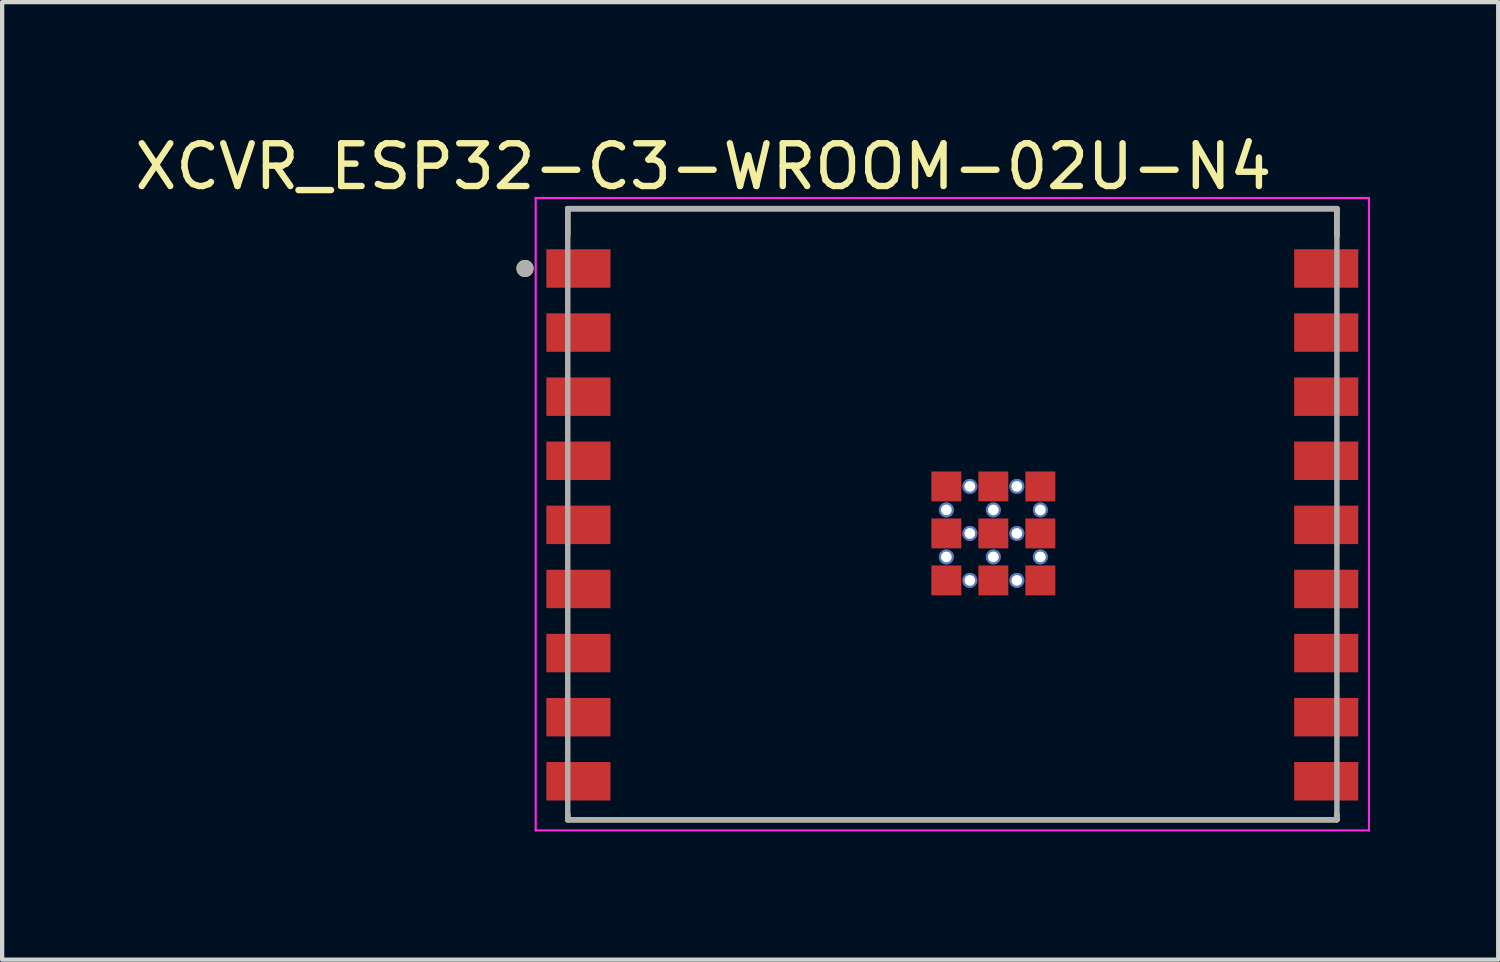
<source format=kicad_pcb>
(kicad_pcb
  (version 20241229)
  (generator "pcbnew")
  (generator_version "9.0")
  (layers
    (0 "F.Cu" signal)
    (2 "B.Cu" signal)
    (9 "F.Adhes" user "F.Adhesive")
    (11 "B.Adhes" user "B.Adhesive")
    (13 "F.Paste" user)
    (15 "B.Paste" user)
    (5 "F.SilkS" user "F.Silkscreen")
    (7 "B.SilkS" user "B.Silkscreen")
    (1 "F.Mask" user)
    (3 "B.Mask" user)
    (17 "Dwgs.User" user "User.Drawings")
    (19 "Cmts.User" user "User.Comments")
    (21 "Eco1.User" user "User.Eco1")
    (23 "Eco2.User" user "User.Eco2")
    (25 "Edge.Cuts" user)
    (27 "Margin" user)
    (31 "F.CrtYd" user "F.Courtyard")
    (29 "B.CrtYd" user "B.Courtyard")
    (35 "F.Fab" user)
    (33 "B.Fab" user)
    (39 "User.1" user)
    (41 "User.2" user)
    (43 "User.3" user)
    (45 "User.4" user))
  (footprint "XCVR_ESP32-C3-WROOM-02U-N4"
    (layer "F.Cu")
    (at 19.236 8.983)
    (property "Reference" "XCVR_ESP32-C3-WROOM-02U-N4" (at -5.825 -8.135 0) (layer "F.SilkS") (effects (font (size 1 1) (thickness 0.15))))
    (attr smd)
    (fp_line (start -9 -7.15) (end -9 -6.52) (stroke (width 0.127) (type solid)) (layer "F.SilkS"))
    (fp_line (start -9 7.15) (end -9 7.02) (stroke (width 0.127) (type solid)) (layer "F.SilkS"))
    (fp_line (start -9 7.15) (end 9 7.15) (stroke (width 0.127) (type solid)) (layer "F.SilkS"))
    (fp_line (start 9 -7.15) (end -9 -7.15) (stroke (width 0.127) (type solid)) (layer "F.SilkS"))
    (fp_line (start 9 -6.52) (end 9 -7.15) (stroke (width 0.127) (type solid)) (layer "F.SilkS"))
    (fp_line (start 9 7.15) (end 9 7.02) (stroke (width 0.127) (type solid)) (layer "F.SilkS"))
    (fp_circle (center -10 -5.75) (end -9.9 -5.75) (stroke (width 0.2) (type solid)) (fill no) (layer "F.SilkS"))
    (fp_line (start -9.75 -7.4) (end -9.75 7.4) (stroke (width 0.05) (type solid)) (layer "F.CrtYd"))
    (fp_line (start -9.75 7.4) (end 9.75 7.4) (stroke (width 0.05) (type solid)) (layer "F.CrtYd"))
    (fp_line (start 9.75 -7.4) (end -9.75 -7.4) (stroke (width 0.05) (type solid)) (layer "F.CrtYd"))
    (fp_line (start 9.75 7.4) (end 9.75 -7.4) (stroke (width 0.05) (type solid)) (layer "F.CrtYd"))
    (fp_line (start -9 -7.15) (end -9 7.15) (stroke (width 0.127) (type solid)) (layer "F.Fab"))
    (fp_line (start -9 7.15) (end 9 7.15) (stroke (width 0.127) (type solid)) (layer "F.Fab"))
    (fp_line (start 9 -7.15) (end -9 -7.15) (stroke (width 0.127) (type solid)) (layer "F.Fab"))
    (fp_line (start 9 7.15) (end 9 -7.15) (stroke (width 0.127) (type solid)) (layer "F.Fab"))
    (fp_circle (center -10 -5.75) (end -9.9 -5.75) (stroke (width 0.2) (type solid)) (fill no) (layer "F.Fab"))
    (pad "1" smd rect (at -8.75 -5.75) (size 1.5 0.9) (layers "F.Cu" "F.Mask" "F.Paste"))
    (pad "2" smd rect (at -8.75 -4.25) (size 1.5 0.9) (layers "F.Cu" "F.Mask" "F.Paste"))
    (pad "3" smd rect (at -8.75 -2.75) (size 1.5 0.9) (layers "F.Cu" "F.Mask" "F.Paste"))
    (pad "4" smd rect (at -8.75 -1.25) (size 1.5 0.9) (layers "F.Cu" "F.Mask" "F.Paste"))
    (pad "5" smd rect (at -8.75 0.25) (size 1.5 0.9) (layers "F.Cu" "F.Mask" "F.Paste"))
    (pad "6" smd rect (at -8.75 1.75) (size 1.5 0.9) (layers "F.Cu" "F.Mask" "F.Paste"))
    (pad "7" smd rect (at -8.75 3.25) (size 1.5 0.9) (layers "F.Cu" "F.Mask" "F.Paste"))
    (pad "8" smd rect (at -8.75 4.75) (size 1.5 0.9) (layers "F.Cu" "F.Mask" "F.Paste"))
    (pad "9" smd rect (at -8.75 6.25) (size 1.5 0.9) (layers "F.Cu" "F.Mask" "F.Paste"))
    (pad "10" smd rect (at 8.75 6.25) (size 1.5 0.9) (layers "F.Cu" "F.Mask" "F.Paste"))
    (pad "11" smd rect (at 8.75 4.75) (size 1.5 0.9) (layers "F.Cu" "F.Mask" "F.Paste"))
    (pad "12" smd rect (at 8.75 3.25) (size 1.5 0.9) (layers "F.Cu" "F.Mask" "F.Paste"))
    (pad "13" smd rect (at 8.75 1.75) (size 1.5 0.9) (layers "F.Cu" "F.Mask" "F.Paste"))
    (pad "14" smd rect (at 8.75 0.25) (size 1.5 0.9) (layers "F.Cu" "F.Mask" "F.Paste"))
    (pad "15" smd rect (at 8.75 -1.25) (size 1.5 0.9) (layers "F.Cu" "F.Mask" "F.Paste"))
    (pad "16" smd rect (at 8.75 -2.75) (size 1.5 0.9) (layers "F.Cu" "F.Mask" "F.Paste"))
    (pad "17" smd rect (at 8.75 -4.25) (size 1.5 0.9) (layers "F.Cu" "F.Mask" "F.Paste"))
    (pad "18" smd rect (at 8.75 -5.75) (size 1.5 0.9) (layers "F.Cu" "F.Mask" "F.Paste"))
    (pad "19_1" smd rect (at -0.14 -0.65) (size 0.7 0.7) (layers "F.Cu" "F.Mask" "F.Paste"))
    (pad "19_2" smd rect (at 0.96 -0.65) (size 0.7 0.7) (layers "F.Cu" "F.Mask" "F.Paste"))
    (pad "19_3" smd rect (at 2.06 -0.65) (size 0.7 0.7) (layers "F.Cu" "F.Mask" "F.Paste"))
    (pad "19_4" smd rect (at -0.14 0.45) (size 0.7 0.7) (layers "F.Cu" "F.Mask" "F.Paste"))
    (pad "19_5" smd rect (at 0.96 0.45) (size 0.7 0.7) (layers "F.Cu" "F.Mask" "F.Paste"))
    (pad "19_6" smd rect (at 2.06 0.45) (size 0.7 0.7) (layers "F.Cu" "F.Mask" "F.Paste"))
    (pad "19_7" smd rect (at -0.14 1.55) (size 0.7 0.7) (layers "F.Cu" "F.Mask" "F.Paste"))
    (pad "19_8" smd rect (at 0.96 1.55) (size 0.7 0.7) (layers "F.Cu" "F.Mask" "F.Paste"))
    (pad "19_9" smd rect (at 2.06 1.55) (size 0.7 0.7) (layers "F.Cu" "F.Mask" "F.Paste"))
    (pad "20_1" thru_hole circle (at 0.41 -0.65) (size 0.35 0.35) (drill 0.25) (layers "*.Cu"))
    (pad "20_2" thru_hole circle (at 1.51 -0.65) (size 0.35 0.35) (drill 0.25) (layers "*.Cu"))
    (pad "20_3" thru_hole circle (at -0.14 -0.1) (size 0.35 0.35) (drill 0.25) (layers "*.Cu"))
    (pad "20_4" thru_hole circle (at 0.96 -0.1) (size 0.35 0.35) (drill 0.25) (layers "*.Cu"))
    (pad "20_5" thru_hole circle (at 2.06 -0.1) (size 0.35 0.35) (drill 0.25) (layers "*.Cu"))
    (pad "20_6" thru_hole circle (at 0.41 0.45) (size 0.35 0.35) (drill 0.25) (layers "*.Cu"))
    (pad "20_7" thru_hole circle (at 1.51 0.45) (size 0.35 0.35) (drill 0.25) (layers "*.Cu"))
    (pad "20_8" thru_hole circle (at -0.14 1) (size 0.35 0.35) (drill 0.25) (layers "*.Cu"))
    (pad "20_9" thru_hole circle (at 0.96 1) (size 0.35 0.35) (drill 0.25) (layers "*.Cu"))
    (pad "20_10" thru_hole circle (at 2.06 1) (size 0.35 0.35) (drill 0.25) (layers "*.Cu"))
    (pad "20_11" thru_hole circle (at 0.41 1.55) (size 0.35 0.35) (drill 0.25) (layers "*.Cu"))
    (pad "20_12" thru_hole circle (at 1.51 1.55) (size 0.35 0.35) (drill 0.25) (layers "*.Cu")))
  (gr_rect
    (start -3 -3)
    (end 32.011 19.408)
    (stroke (width 0.1) (type default))
    (fill no)
    (layer "Edge.Cuts")))
</source>
